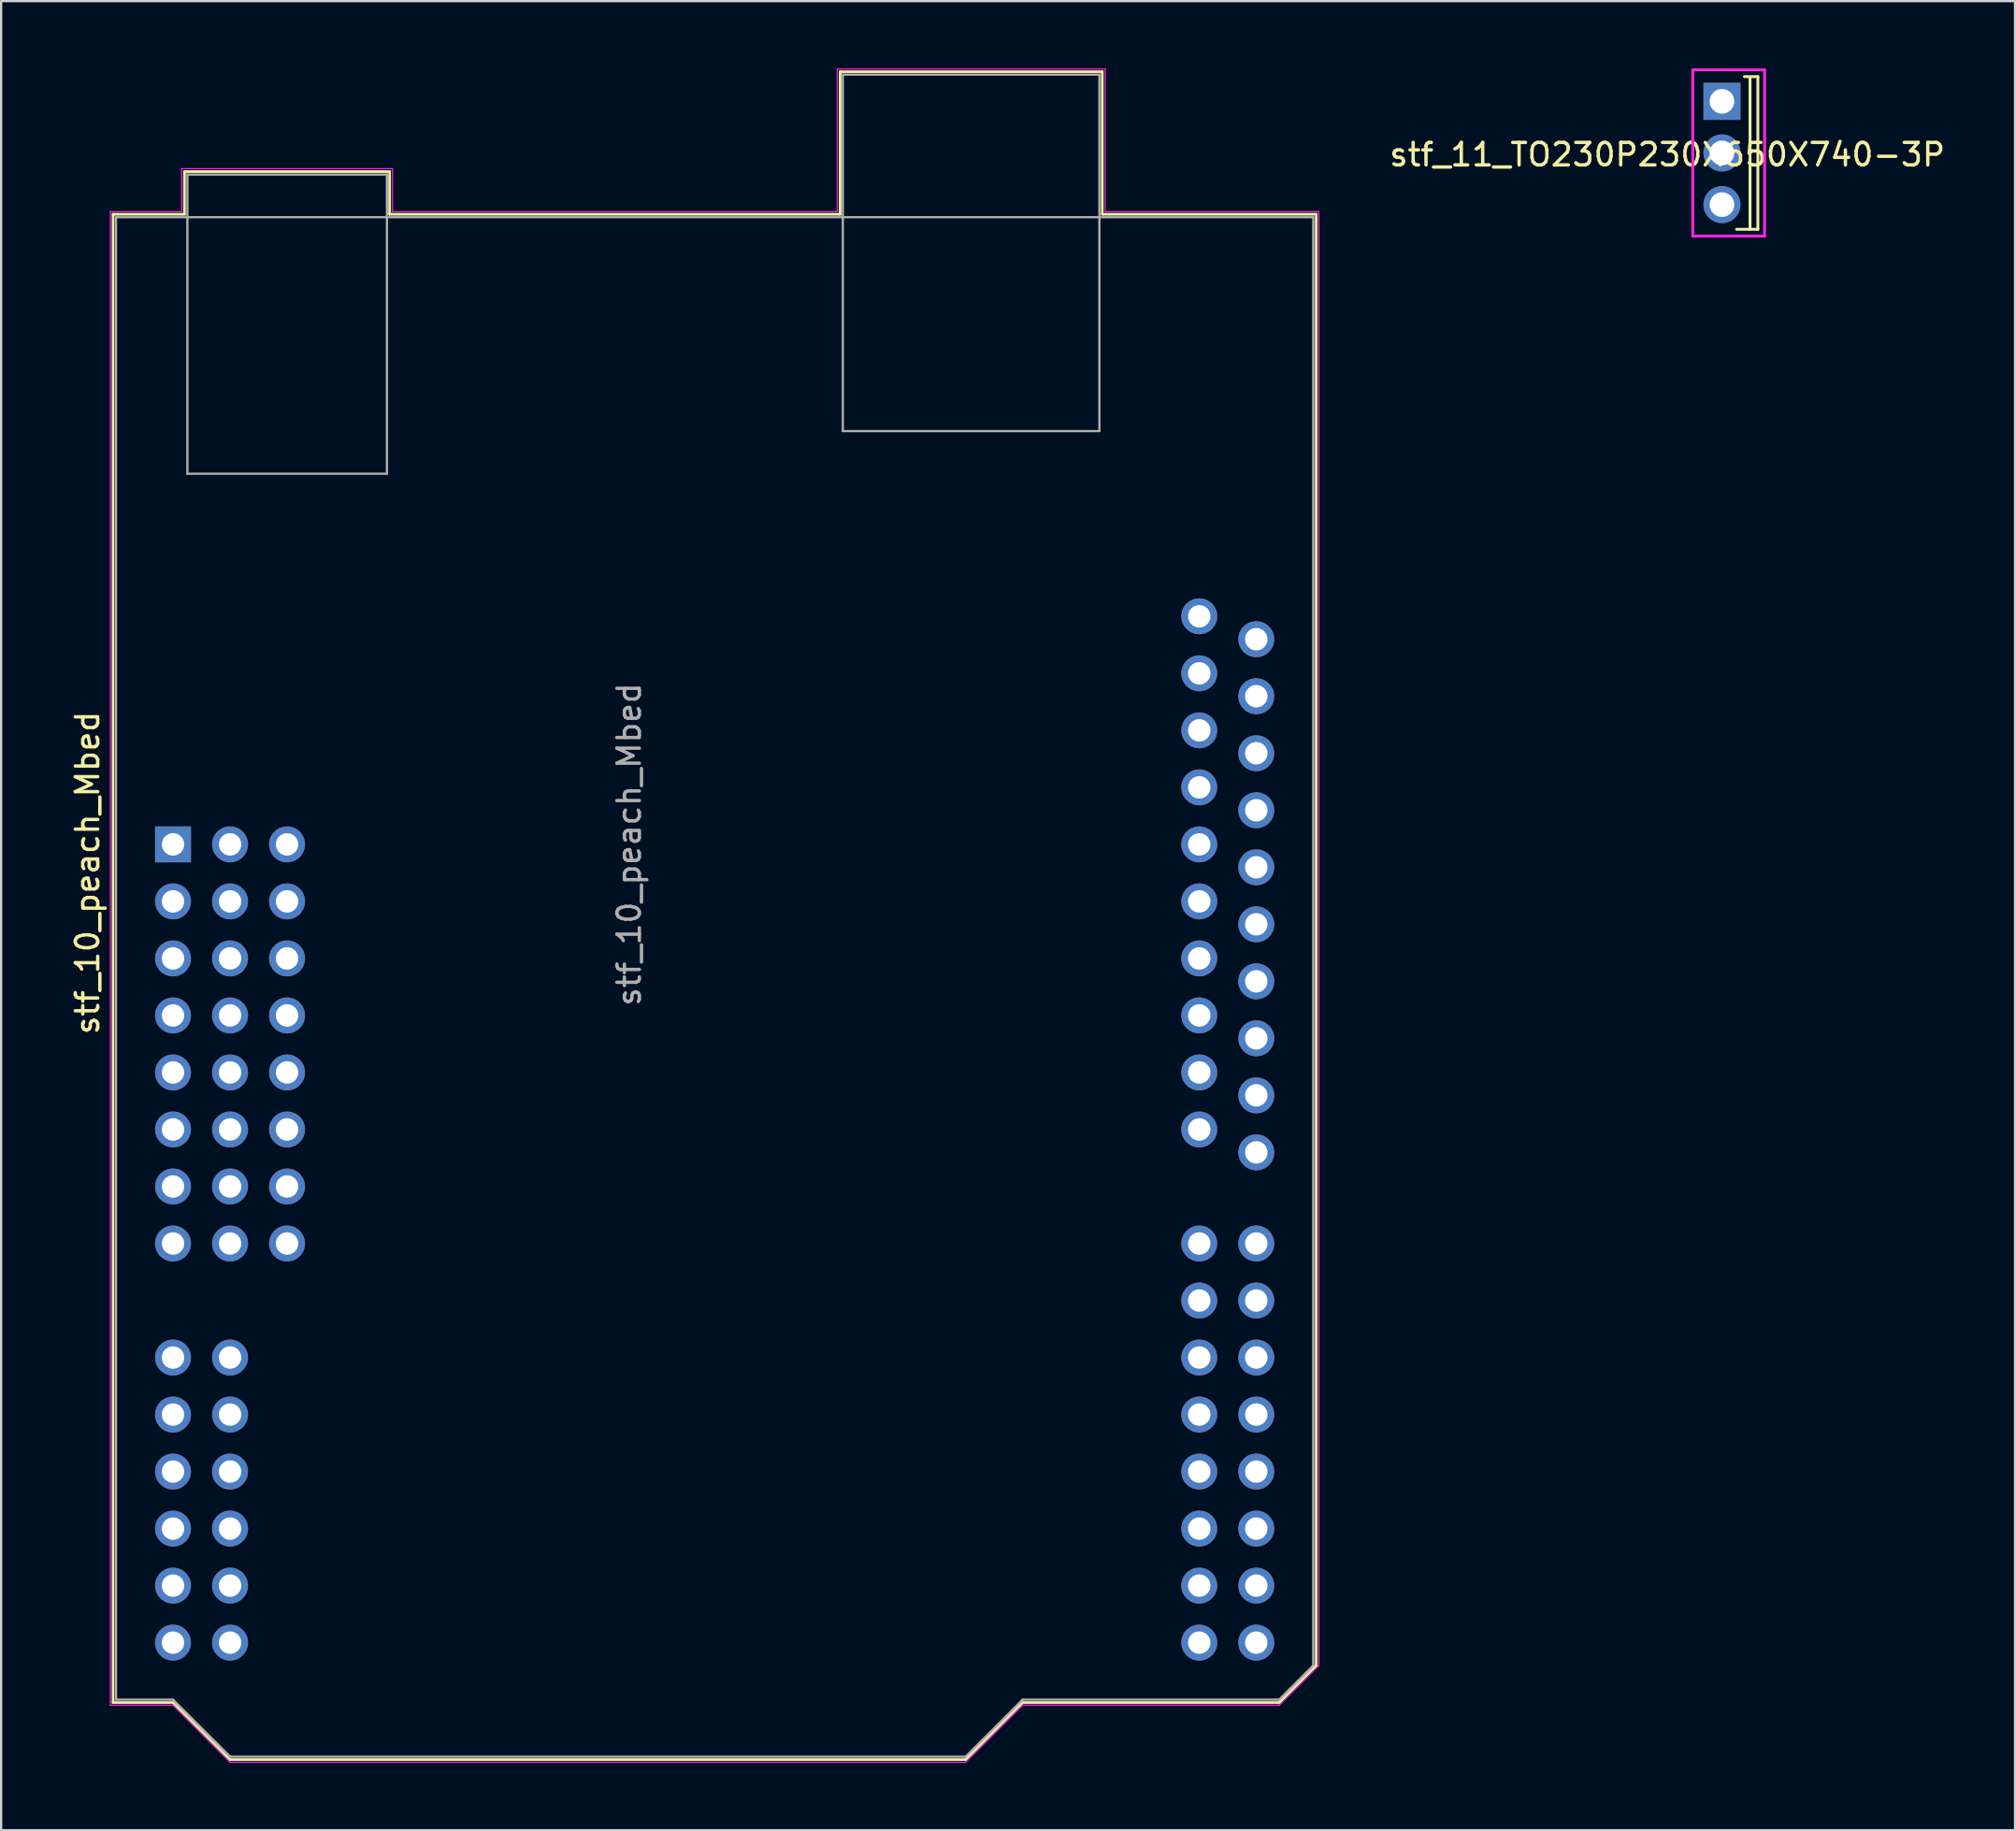
<source format=kicad_pcb>
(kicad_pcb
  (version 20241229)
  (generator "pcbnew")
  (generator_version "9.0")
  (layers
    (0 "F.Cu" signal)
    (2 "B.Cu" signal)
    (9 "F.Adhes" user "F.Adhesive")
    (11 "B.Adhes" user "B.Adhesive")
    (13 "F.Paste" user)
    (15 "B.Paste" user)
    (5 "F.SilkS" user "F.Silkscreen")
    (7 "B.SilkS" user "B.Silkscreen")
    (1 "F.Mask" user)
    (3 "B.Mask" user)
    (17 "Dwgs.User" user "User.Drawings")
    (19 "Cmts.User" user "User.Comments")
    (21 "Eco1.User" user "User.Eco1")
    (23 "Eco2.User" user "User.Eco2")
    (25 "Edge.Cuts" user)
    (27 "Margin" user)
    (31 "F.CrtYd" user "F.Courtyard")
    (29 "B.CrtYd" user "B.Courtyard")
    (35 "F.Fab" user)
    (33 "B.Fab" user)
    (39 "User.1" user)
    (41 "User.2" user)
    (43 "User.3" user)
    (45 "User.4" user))
  (footprint "stf_10_peach_Mbed"
    (layer "F.Cu")
    (at 13.066 48.535)
    (property "Reference" "stf_10_peach_Mbed" (at -12.217 -12.7 270) (layer "F.SilkS") (effects (font (size 1 1) (thickness 0.15))))
    (attr through_hole)
    (fp_line (start -11.078 -42.04) (end -7.897 -42.04) (stroke (width 0.12) (type solid)) (layer "F.SilkS"))
    (fp_line (start -11.078 24.26) (end -11.078 -42.04) (stroke (width 0.12) (type solid)) (layer "F.SilkS"))
    (fp_line (start -8.408 24.26) (end -11.078 24.26) (stroke (width 0.12) (type solid)) (layer "F.SilkS"))
    (fp_line (start -7.897 -43.94) (end 1.242 -43.94) (stroke (width 0.12) (type solid)) (layer "F.SilkS"))
    (fp_line (start -7.897 -42.04) (end -7.897 -43.94) (stroke (width 0.12) (type solid)) (layer "F.SilkS"))
    (fp_line (start -5.867 26.8) (end -8.408 24.26) (stroke (width 0.12) (type solid)) (layer "F.SilkS"))
    (fp_line (start 1.242 -43.94) (end 1.242 -42.04) (stroke (width 0.12) (type solid)) (layer "F.SilkS"))
    (fp_line (start 1.242 -42.04) (end 21.312 -42.04) (stroke (width 0.12) (type solid)) (layer "F.SilkS"))
    (fp_line (start 21.312 -48.39) (end 32.992 -48.39) (stroke (width 0.12) (type solid)) (layer "F.SilkS"))
    (fp_line (start 21.312 -42.04) (end 21.312 -48.39) (stroke (width 0.12) (type solid)) (layer "F.SilkS"))
    (fp_line (start 26.902 26.8) (end -5.867 26.8) (stroke (width 0.12) (type solid)) (layer "F.SilkS"))
    (fp_line (start 29.442 24.26) (end 26.902 26.8) (stroke (width 0.12) (type solid)) (layer "F.SilkS"))
    (fp_line (start 32.992 -48.39) (end 32.992 -42.04) (stroke (width 0.12) (type solid)) (layer "F.SilkS"))
    (fp_line (start 32.992 -42.04) (end 42.523 -42.04) (stroke (width 0.12) (type solid)) (layer "F.SilkS"))
    (fp_line (start 40.873 24.26) (end 29.442 24.26) (stroke (width 0.12) (type solid)) (layer "F.SilkS"))
    (fp_line (start 42.523 -42.04) (end 42.523 22.61) (stroke (width 0.12) (type solid)) (layer "F.SilkS"))
    (fp_line (start 42.523 22.61) (end 40.873 24.26) (stroke (width 0.12) (type solid)) (layer "F.SilkS"))
    (fp_line (start -11.197 -42.16) (end -11.197 24.38) (stroke (width 0.05) (type solid)) (layer "F.CrtYd"))
    (fp_line (start -11.197 24.38) (end -8.408 24.38) (stroke (width 0.05) (type solid)) (layer "F.CrtYd"))
    (fp_line (start -8.408 24.38) (end -5.867 26.92) (stroke (width 0.05) (type solid)) (layer "F.CrtYd"))
    (fp_line (start -8.027 -44.07) (end -8.027 -42.16) (stroke (width 0.05) (type solid)) (layer "F.CrtYd"))
    (fp_line (start -8.027 -42.16) (end -11.197 -42.16) (stroke (width 0.05) (type solid)) (layer "F.CrtYd"))
    (fp_line (start -5.867 26.92) (end 26.902 26.92) (stroke (width 0.05) (type solid)) (layer "F.CrtYd"))
    (fp_line (start 1.373 -44.07) (end -8.027 -44.07) (stroke (width 0.05) (type solid)) (layer "F.CrtYd"))
    (fp_line (start 1.373 -42.16) (end 1.373 -44.07) (stroke (width 0.05) (type solid)) (layer "F.CrtYd"))
    (fp_line (start 21.183 -48.51) (end 21.183 -42.16) (stroke (width 0.05) (type solid)) (layer "F.CrtYd"))
    (fp_line (start 21.183 -42.16) (end 1.373 -42.16) (stroke (width 0.05) (type solid)) (layer "F.CrtYd"))
    (fp_line (start 26.902 26.92) (end 29.442 24.38) (stroke (width 0.05) (type solid)) (layer "F.CrtYd"))
    (fp_line (start 29.442 24.38) (end 40.873 24.38) (stroke (width 0.05) (type solid)) (layer "F.CrtYd"))
    (fp_line (start 33.123 -48.51) (end 21.183 -48.51) (stroke (width 0.05) (type solid)) (layer "F.CrtYd"))
    (fp_line (start 33.123 -42.16) (end 33.123 -48.51) (stroke (width 0.05) (type solid)) (layer "F.CrtYd"))
    (fp_line (start 40.873 24.38) (end 42.642 22.61) (stroke (width 0.05) (type solid)) (layer "F.CrtYd"))
    (fp_line (start 42.642 -42.16) (end 33.123 -42.16) (stroke (width 0.05) (type solid)) (layer "F.CrtYd"))
    (fp_line (start 42.642 22.61) (end 42.642 -42.16) (stroke (width 0.05) (type solid)) (layer "F.CrtYd"))
    (fp_line (start -10.947 -41.91) (end -10.947 24.13) (stroke (width 0.1) (type solid)) (layer "F.Fab"))
    (fp_line (start -10.947 24.13) (end -8.408 24.13) (stroke (width 0.1) (type solid)) (layer "F.Fab"))
    (fp_line (start -8.408 24.13) (end -5.867 26.67) (stroke (width 0.1) (type solid)) (layer "F.Fab"))
    (fp_line (start -7.768 -43.81) (end -7.768 -30.48) (stroke (width 0.1) (type solid)) (layer "F.Fab"))
    (fp_line (start -7.768 -30.48) (end 1.123 -30.48) (stroke (width 0.1) (type solid)) (layer "F.Fab"))
    (fp_line (start -5.867 26.67) (end 26.902 26.67) (stroke (width 0.1) (type solid)) (layer "F.Fab"))
    (fp_line (start 1.123 -43.81) (end -7.768 -43.81) (stroke (width 0.1) (type solid)) (layer "F.Fab"))
    (fp_line (start 1.123 -30.48) (end 1.123 -43.81) (stroke (width 0.1) (type solid)) (layer "F.Fab"))
    (fp_line (start 21.433 -48.26) (end 21.433 -32.38) (stroke (width 0.1) (type solid)) (layer "F.Fab"))
    (fp_line (start 21.433 -32.38) (end 32.862 -32.38) (stroke (width 0.1) (type solid)) (layer "F.Fab"))
    (fp_line (start 26.902 26.67) (end 29.442 24.13) (stroke (width 0.1) (type solid)) (layer "F.Fab"))
    (fp_line (start 29.442 24.13) (end 40.873 24.13) (stroke (width 0.1) (type solid)) (layer "F.Fab"))
    (fp_line (start 32.862 -48.26) (end 21.433 -48.26) (stroke (width 0.1) (type solid)) (layer "F.Fab"))
    (fp_line (start 32.862 -32.38) (end 32.862 -48.26) (stroke (width 0.1) (type solid)) (layer "F.Fab"))
    (fp_line (start 40.873 24.13) (end 42.392 22.61) (stroke (width 0.1) (type solid)) (layer "F.Fab"))
    (fp_line (start 42.392 -41.91) (end -10.947 -41.91) (stroke (width 0.1) (type solid)) (layer "F.Fab"))
    (fp_line (start 42.392 22.61) (end 42.392 -41.91) (stroke (width 0.1) (type solid)) (layer "F.Fab"))
    (fp_text user "${REFERENCE}" (at 11.912 -13.97 270) (layer "F.Fab") (effects (font (size 1 1) (thickness 0.15))))
    (pad "+++3V3" thru_hole oval (at -8.408 -6.35) (size 1.6 1.6) (drill 1) (layers "*.Cu" "*.Mask"))
    (pad "++3V3" thru_hole oval (at 37.312 19.05) (size 1.6 1.6) (drill 1) (layers "*.Cu" "*.Mask"))
    (pad "+3V3" thru_hole oval (at -8.408 -11.43) (size 1.6 1.6) (drill 1) (layers "*.Cu" "*.Mask"))
    (pad "+5V" thru_hole oval (at -8.408 -3.81) (size 1.6 1.6) (drill 1) (layers "*.Cu" "*.Mask"))
    (pad "AVDD" thru_hole oval (at 39.852 -18.03) (size 1.6 1.6) (drill 1) (layers "*.Cu" "*.Mask"))
    (pad "GND" thru_hole oval (at -8.408 -1.27) (size 1.6 1.6) (drill 1) (layers "*.Cu" "*.Mask"))
    (pad "GND2" thru_hole oval (at -8.408 1.27) (size 1.6 1.6) (drill 1) (layers "*.Cu" "*.Mask"))
    (pad "GND3" thru_hole oval (at 37.312 21.59) (size 1.6 1.6) (drill 1) (layers "*.Cu" "*.Mask"))
    (pad "GND4" thru_hole oval (at 39.852 -15.49) (size 1.6 1.6) (drill 1) (layers "*.Cu" "*.Mask"))
    (pad "N/A" thru_hole rect (at -8.408 -13.97) (size 1.6 1.6) (drill 1) (layers "*.Cu" "*.Mask"))
    (pad "NTSC_1A" thru_hole oval (at 37.312 16.51) (size 1.6 1.6) (drill 1) (layers "*.Cu" "*.Mask"))
    (pad "NTSC_1B" thru_hole oval (at 37.312 13.97) (size 1.6 1.6) (drill 1) (layers "*.Cu" "*.Mask"))
    (pad "P1_0" thru_hole oval (at -5.867 13.97) (size 1.6 1.6) (drill 1) (layers "*.Cu" "*.Mask"))
    (pad "P1_1" thru_hole oval (at -5.867 11.43) (size 1.6 1.6) (drill 1) (layers "*.Cu" "*.Mask"))
    (pad "P1_2" thru_hole oval (at 39.852 -23.11) (size 1.6 1.6) (drill 1) (layers "*.Cu" "*.Mask"))
    (pad "P1_3" thru_hole oval (at 39.852 -20.57) (size 1.6 1.6) (drill 1) (layers "*.Cu" "*.Mask"))
    (pad "P1_6" thru_hole oval (at -5.867 21.59) (size 1.6 1.6) (drill 1) (layers "*.Cu" "*.Mask"))
    (pad "P1_7" thru_hole oval (at -5.867 19.05) (size 1.6 1.6) (drill 1) (layers "*.Cu" "*.Mask"))
    (pad "P1_8" thru_hole oval (at -8.408 8.89) (size 1.6 1.6) (drill 1) (layers "*.Cu" "*.Mask"))
    (pad "P1_9" thru_hole oval (at -8.408 11.43) (size 1.6 1.6) (drill 1) (layers "*.Cu" "*.Mask"))
    (pad "P1_10" thru_hole oval (at -8.408 13.97) (size 1.6 1.6) (drill 1) (layers "*.Cu" "*.Mask"))
    (pad "P1_11" thru_hole oval (at -8.408 16.51) (size 1.6 1.6) (drill 1) (layers "*.Cu" "*.Mask"))
    (pad "P1_12" thru_hole oval (at -5.867 16.51) (size 1.6 1.6) (drill 1) (layers "*.Cu" "*.Mask"))
    (pad "P1_13" thru_hole oval (at -8.408 19.05) (size 1.6 1.6) (drill 1) (layers "*.Cu" "*.Mask"))
    (pad "P1_15" thru_hole oval (at -8.408 21.59) (size 1.6 1.6) (drill 1) (layers "*.Cu" "*.Mask"))
    (pad "P2_0" thru_hole oval (at -5.867 3.81) (size 1.6 1.6) (drill 1) (layers "*.Cu" "*.Mask"))
    (pad "P2_1" thru_hole oval (at -5.867 1.27) (size 1.6 1.6) (drill 1) (layers "*.Cu" "*.Mask"))
    (pad "P2_2" thru_hole oval (at -5.867 -1.27) (size 1.6 1.6) (drill 1) (layers "*.Cu" "*.Mask"))
    (pad "P2_3" thru_hole oval (at -5.867 -3.81) (size 1.6 1.6) (drill 1) (layers "*.Cu" "*.Mask"))
    (pad "P2_4" thru_hole oval (at -5.867 -6.35) (size 1.6 1.6) (drill 1) (layers "*.Cu" "*.Mask"))
    (pad "P2_5" thru_hole oval (at -5.867 -8.89) (size 1.6 1.6) (drill 1) (layers "*.Cu" "*.Mask"))
    (pad "P2_6" thru_hole oval (at -5.867 -11.43) (size 1.6 1.6) (drill 1) (layers "*.Cu" "*.Mask"))
    (pad "P2_7" thru_hole oval (at -5.867 -13.97) (size 1.6 1.6) (drill 1) (layers "*.Cu" "*.Mask"))
    (pad "P2_9" thru_hole oval (at 37.312 8.89) (size 1.6 1.6) (drill 1) (layers "*.Cu" "*.Mask"))
    (pad "P2_10" thru_hole oval (at 37.312 11.43) (size 1.6 1.6) (drill 1) (layers "*.Cu" "*.Mask"))
    (pad "P2_13" thru_hole oval (at 37.312 -21.59) (size 1.6 1.6) (drill 1) (layers "*.Cu" "*.Mask"))
    (pad "P2_14" thru_hole oval (at 39.852 19.05) (size 1.6 1.6) (drill 1) (layers "*.Cu" "*.Mask"))
    (pad "P2_15" thru_hole oval (at 39.852 21.59) (size 1.6 1.6) (drill 1) (layers "*.Cu" "*.Mask"))
    (pad "P3_8" thru_hole oval (at -3.328 3.81) (size 1.6 1.6) (drill 1) (layers "*.Cu" "*.Mask"))
    (pad "P3_9" thru_hole oval (at -3.328 1.27) (size 1.6 1.6) (drill 1) (layers "*.Cu" "*.Mask"))
    (pad "P3_10" thru_hole oval (at -3.328 -1.27) (size 1.6 1.6) (drill 1) (layers "*.Cu" "*.Mask"))
    (pad "P3_11" thru_hole oval (at -3.328 -3.81) (size 1.6 1.6) (drill 1) (layers "*.Cu" "*.Mask"))
    (pad "P3_12" thru_hole oval (at -3.328 -6.35) (size 1.6 1.6) (drill 1) (layers "*.Cu" "*.Mask"))
    (pad "P3_13" thru_hole oval (at -3.328 -8.89) (size 1.6 1.6) (drill 1) (layers "*.Cu" "*.Mask"))
    (pad "P3_14" thru_hole oval (at -3.328 -11.43) (size 1.6 1.6) (drill 1) (layers "*.Cu" "*.Mask"))
    (pad "P3_15" thru_hole oval (at -3.328 -13.97) (size 1.6 1.6) (drill 1) (layers "*.Cu" "*.Mask"))
    (pad "P4_0" thru_hole oval (at 37.312 -24.13) (size 1.6 1.6) (drill 1) (layers "*.Cu" "*.Mask"))
    (pad "P4_4" thru_hole oval (at 39.852 8.89) (size 1.6 1.6) (drill 1) (layers "*.Cu" "*.Mask"))
    (pad "P4_5" thru_hole oval (at 39.852 11.43) (size 1.6 1.6) (drill 1) (layers "*.Cu" "*.Mask"))
    (pad "P4_6" thru_hole oval (at 39.852 13.97) (size 1.6 1.6) (drill 1) (layers "*.Cu" "*.Mask"))
    (pad "P4_7" thru_hole oval (at 39.852 16.51) (size 1.6 1.6) (drill 1) (layers "*.Cu" "*.Mask"))
    (pad "P5_0" thru_hole oval (at 37.312 -1.27) (size 1.6 1.6) (drill 1) (layers "*.Cu" "*.Mask"))
    (pad "P5_1" thru_hole oval (at 37.312 -3.81) (size 1.6 1.6) (drill 1) (layers "*.Cu" "*.Mask"))
    (pad "P5_2" thru_hole oval (at 37.312 -6.35) (size 1.6 1.6) (drill 1) (layers "*.Cu" "*.Mask"))
    (pad "P5_3" thru_hole oval (at 37.312 -8.89) (size 1.6 1.6) (drill 1) (layers "*.Cu" "*.Mask"))
    (pad "P5_4" thru_hole oval (at 37.312 -11.43) (size 1.6 1.6) (drill 1) (layers "*.Cu" "*.Mask"))
    (pad "P5_5" thru_hole oval (at 37.312 -13.97) (size 1.6 1.6) (drill 1) (layers "*.Cu" "*.Mask"))
    (pad "P5_6" thru_hole oval (at 37.312 -16.51) (size 1.6 1.6) (drill 1) (layers "*.Cu" "*.Mask"))
    (pad "P5_7" thru_hole oval (at 37.312 -19.05) (size 1.6 1.6) (drill 1) (layers "*.Cu" "*.Mask"))
    (pad "P7_15" thru_hole oval (at 37.312 3.81) (size 1.6 1.6) (drill 1) (layers "*.Cu" "*.Mask"))
    (pad "P8_1" thru_hole oval (at 37.312 6.35) (size 1.6 1.6) (drill 1) (layers "*.Cu" "*.Mask"))
    (pad "P8_11" thru_hole oval (at 39.852 3.81) (size 1.6 1.6) (drill 1) (layers "*.Cu" "*.Mask"))
    (pad "P8_13" thru_hole oval (at 39.852 6.35) (size 1.6 1.6) (drill 1) (layers "*.Cu" "*.Mask"))
    (pad "P8_14" thru_hole oval (at 39.852 -2.79) (size 1.6 1.6) (drill 1) (layers "*.Cu" "*.Mask"))
    (pad "P8_15" thru_hole oval (at 39.852 -0.25) (size 1.6 1.6) (drill 1) (layers "*.Cu" "*.Mask"))
    (pad "P10_0" thru_hole oval (at -5.867 8.89) (size 1.6 1.6) (drill 1) (layers "*.Cu" "*.Mask"))
    (pad "P10_12" thru_hole oval (at 39.852 -12.95) (size 1.6 1.6) (drill 1) (layers "*.Cu" "*.Mask"))
    (pad "P10_13" thru_hole oval (at 39.852 -5.33) (size 1.6 1.6) (drill 1) (layers "*.Cu" "*.Mask"))
    (pad "P10_14" thru_hole oval (at 39.852 -7.87) (size 1.6 1.6) (drill 1) (layers "*.Cu" "*.Mask"))
    (pad "P10_15" thru_hole oval (at 39.852 -10.41) (size 1.6 1.6) (drill 1) (layers "*.Cu" "*.Mask"))
    (pad "RESET" thru_hole oval (at -8.408 -8.89) (size 1.6 1.6) (drill 1) (layers "*.Cu" "*.Mask"))
    (pad "Vin" thru_hole oval (at -8.408 3.81) (size 1.6 1.6) (drill 1) (layers "*.Cu" "*.Mask")))
  (footprint "stf_11_TO230P230X650X740-3P"
    (layer "F.Cu")
    (at 73.665 3.764)
    (property "Reference" "stf_11_TO230P230X650X740-3P" (at -2.437 0.075 180) (layer "F.SilkS") (effects (font (size 1.001 1.001) (thickness 0.15))))
    (attr through_hole)
    (fp_line (start 1.25 -3.35) (end 1.25 3.4) (stroke (width 0.127) (type solid)) (layer "F.SilkS"))
    (fp_line (start 1.25 3.4) (end 0.65 3.4) (stroke (width 0.127) (type solid)) (layer "F.SilkS"))
    (fp_line (start 1.6 -3.4) (end 1 -3.4) (stroke (width 0.127) (type solid)) (layer "F.SilkS"))
    (fp_line (start 1.6 -3.4) (end 1.6 3.4) (stroke (width 0.127) (type solid)) (layer "F.SilkS"))
    (fp_line (start 1.6 3.4) (end 1.25 3.4) (stroke (width 0.127) (type solid)) (layer "F.SilkS"))
    (fp_line (start -1.3 -3.7) (end -1.3 3.7) (stroke (width 0.127) (type solid)) (layer "F.CrtYd"))
    (fp_line (start -1.3 3.7) (end 1.9 3.7) (stroke (width 0.127) (type solid)) (layer "F.CrtYd"))
    (fp_line (start 1.9 -3.7) (end -1.3 -3.7) (stroke (width 0.127) (type solid)) (layer "F.CrtYd"))
    (fp_line (start 1.9 3.7) (end 1.9 -3.7) (stroke (width 0.127) (type solid)) (layer "F.CrtYd"))
    (pad "1" thru_hole rect (at 0 -2.3) (size 1.65 1.65) (drill 1.1) (layers "*.Cu" "*.Mask"))
    (pad "2" thru_hole circle (at 0 0) (size 1.65 1.65) (drill 1.1) (layers "*.Cu" "*.Mask"))
    (pad "3" thru_hole circle (at 0 2.3) (size 1.65 1.65) (drill 1.1) (layers "*.Cu" "*.Mask")))
  (gr_rect
    (start -3 -3)
    (end 86.721 78.48)
    (stroke (width 0.1) (type default))
    (fill no)
    (layer "Edge.Cuts")))
</source>
